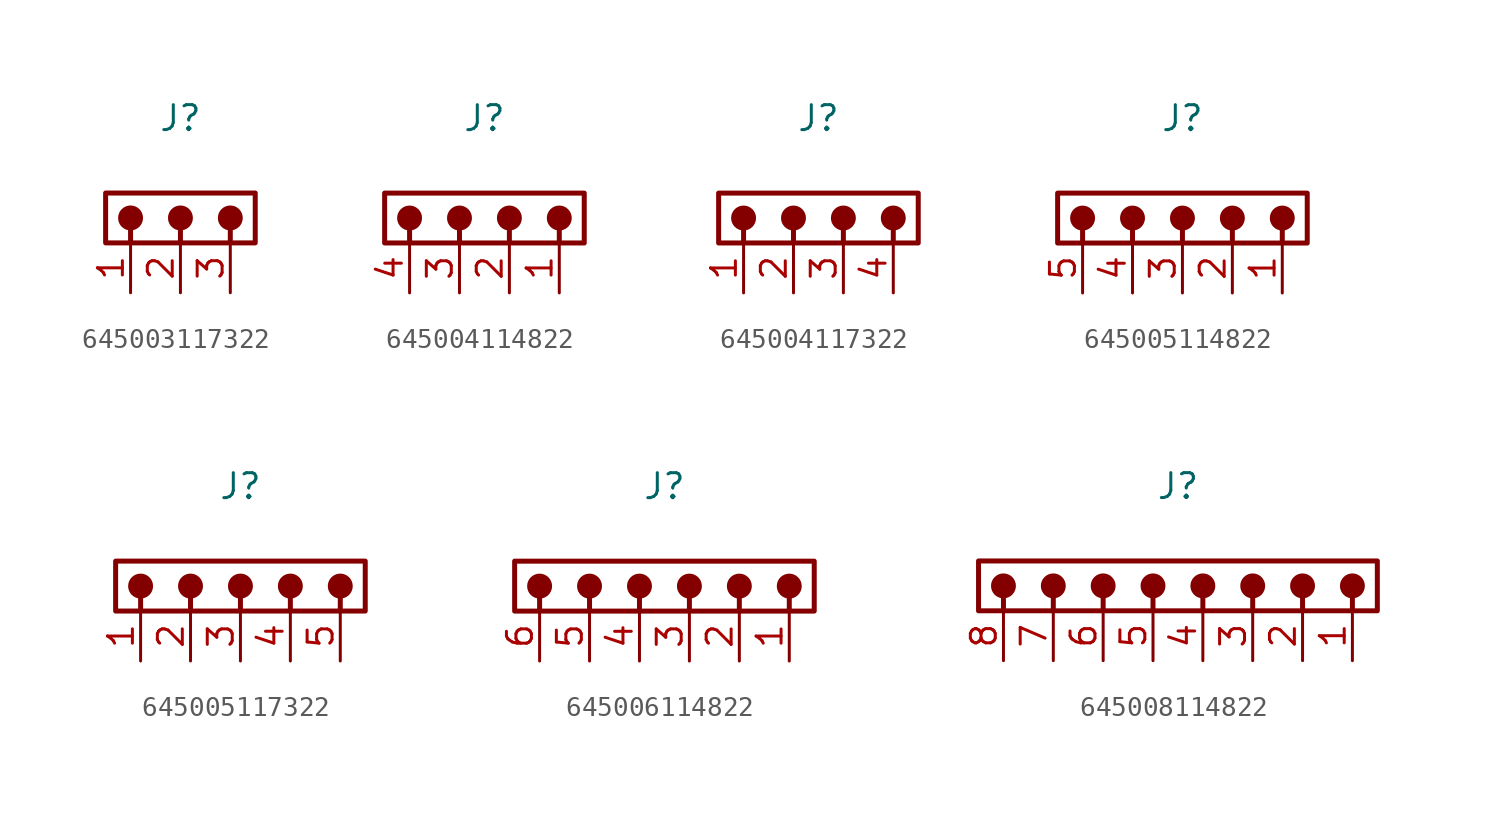
<source format=kicad_sym>
(kicad_symbol_lib
  (version 20241209)
  (generator "kicad_symbol_editor")
  (generator_version "9.0")
  (symbol "645003117322"
    (pin_names
      (hide yes))
    (property "Reference" "J"
      (at 0 5.08 0)
      (effects (font (size 1.27 1.27))))
    (symbol "645003117322_1_1"
      (circle (center -2.54 0) (radius 0.508) (stroke (width 0.254) (type solid)) (fill (type outline)))
      (polyline (pts (xy -2.54 -0.508) (xy -2.54 -1.27)) (stroke (width 0.254) (type solid)) (fill (type none)))
      (circle (center 0 0) (radius 0.508) (stroke (width 0.254) (type solid)) (fill (type outline)))
      (polyline (pts (xy 0 -0.508) (xy 0 -1.27)) (stroke (width 0.254) (type solid)) (fill (type none)))
      (circle (center 2.54 0) (radius 0.508) (stroke (width 0.254) (type solid)) (fill (type outline)))
      (polyline (pts (xy 2.54 -0.508) (xy 2.54 -1.27)) (stroke (width 0.254) (type solid)) (fill (type none)))
      (rectangle (start 3.81 1.27) (end -3.81 -1.27) (stroke (width 0.254) (type solid)) (fill (type none)))
      (pin passive line (at -2.54 -3.81 90) (length 2.54) (name "1" (effects (font (size 1.27 1.27)))) (number "1" (effects (font (size 1.27 1.27)))))
      (pin passive line (at 0 -3.81 90) (length 2.54) (name "2" (effects (font (size 1.27 1.27)))) (number "2" (effects (font (size 1.27 1.27)))))
      (pin passive line (at 2.54 -3.81 90) (length 2.54) (name "3" (effects (font (size 1.27 1.27)))) (number "3" (effects (font (size 1.27 1.27)))))))
  (symbol "645004114822"
    (pin_names
      (hide yes))
    (property "Reference" "J"
      (at 0 5.08 0)
      (effects (font (size 1.27 1.27))))
    (symbol "645004114822_1_1"
      (rectangle (start -5.08 1.27) (end 5.08 -1.27) (stroke (width 0.254) (type solid)) (fill (type none)))
      (circle (center -3.81 0) (radius 0.508) (stroke (width 0.254) (type solid)) (fill (type outline)))
      (polyline (pts (xy -3.81 -0.508) (xy -3.81 -1.27)) (stroke (width 0.254) (type solid)) (fill (type none)))
      (circle (center -1.27 0) (radius 0.508) (stroke (width 0.254) (type solid)) (fill (type outline)))
      (polyline (pts (xy -1.27 -0.508) (xy -1.27 -1.27)) (stroke (width 0.254) (type solid)) (fill (type none)))
      (circle (center 1.27 0) (radius 0.508) (stroke (width 0.254) (type solid)) (fill (type outline)))
      (polyline (pts (xy 1.27 -0.508) (xy 1.27 -1.27)) (stroke (width 0.254) (type solid)) (fill (type none)))
      (circle (center 3.81 0) (radius 0.508) (stroke (width 0.254) (type solid)) (fill (type outline)))
      (polyline (pts (xy 3.81 -0.508) (xy 3.81 -1.27)) (stroke (width 0.254) (type solid)) (fill (type none)))
      (pin passive line (at -3.81 -3.81 90) (length 2.54) (name "4" (effects (font (size 1.27 1.27)))) (number "4" (effects (font (size 1.27 1.27)))))
      (pin passive line (at -1.27 -3.81 90) (length 2.54) (name "3" (effects (font (size 1.27 1.27)))) (number "3" (effects (font (size 1.27 1.27)))))
      (pin passive line (at 1.27 -3.81 90) (length 2.54) (name "2" (effects (font (size 1.27 1.27)))) (number "2" (effects (font (size 1.27 1.27)))))
      (pin passive line (at 3.81 -3.81 90) (length 2.54) (name "1" (effects (font (size 1.27 1.27)))) (number "1" (effects (font (size 1.27 1.27)))))))
  (symbol "645004117322"
    (pin_names
      (hide yes))
    (property "Reference" "J"
      (at 0 5.08 0)
      (effects (font (size 1.27 1.27))))
    (symbol "645004117322_1_1"
      (circle (center -3.81 0) (radius 0.508) (stroke (width 0.254) (type solid)) (fill (type outline)))
      (polyline (pts (xy -3.81 -0.508) (xy -3.81 -1.27)) (stroke (width 0.254) (type solid)) (fill (type none)))
      (circle (center -1.27 0) (radius 0.508) (stroke (width 0.254) (type solid)) (fill (type outline)))
      (polyline (pts (xy -1.27 -0.508) (xy -1.27 -1.27)) (stroke (width 0.254) (type solid)) (fill (type none)))
      (circle (center 1.27 0) (radius 0.508) (stroke (width 0.254) (type solid)) (fill (type outline)))
      (polyline (pts (xy 1.27 -0.508) (xy 1.27 -1.27)) (stroke (width 0.254) (type solid)) (fill (type none)))
      (circle (center 3.81 0) (radius 0.508) (stroke (width 0.254) (type solid)) (fill (type outline)))
      (polyline (pts (xy 3.81 -0.508) (xy 3.81 -1.27)) (stroke (width 0.254) (type solid)) (fill (type none)))
      (rectangle (start 5.08 1.27) (end -5.08 -1.27) (stroke (width 0.254) (type solid)) (fill (type none)))
      (pin passive line (at -3.81 -3.81 90) (length 2.54) (name "1" (effects (font (size 1.27 1.27)))) (number "1" (effects (font (size 1.27 1.27)))))
      (pin passive line (at -1.27 -3.81 90) (length 2.54) (name "2" (effects (font (size 1.27 1.27)))) (number "2" (effects (font (size 1.27 1.27)))))
      (pin passive line (at 1.27 -3.81 90) (length 2.54) (name "3" (effects (font (size 1.27 1.27)))) (number "3" (effects (font (size 1.27 1.27)))))
      (pin passive line (at 3.81 -3.81 90) (length 2.54) (name "4" (effects (font (size 1.27 1.27)))) (number "4" (effects (font (size 1.27 1.27)))))))
  (symbol "645005114822"
    (pin_names
      (hide yes))
    (property "Reference" "J"
      (at 0 5.08 0)
      (effects (font (size 1.27 1.27))))
    (symbol "645005114822_1_1"
      (rectangle (start -6.35 1.27) (end 6.35 -1.27) (stroke (width 0.254) (type solid)) (fill (type none)))
      (circle (center -5.08 0) (radius 0.508) (stroke (width 0.254) (type solid)) (fill (type outline)))
      (polyline (pts (xy -5.08 -0.508) (xy -5.08 -1.27)) (stroke (width 0.254) (type solid)) (fill (type none)))
      (circle (center -2.54 0) (radius 0.508) (stroke (width 0.254) (type solid)) (fill (type outline)))
      (polyline (pts (xy -2.54 -0.508) (xy -2.54 -1.27)) (stroke (width 0.254) (type solid)) (fill (type none)))
      (circle (center 0 0) (radius 0.508) (stroke (width 0.254) (type solid)) (fill (type outline)))
      (polyline (pts (xy 0 -0.508) (xy 0 -1.27)) (stroke (width 0.254) (type solid)) (fill (type none)))
      (circle (center 2.54 0) (radius 0.508) (stroke (width 0.254) (type solid)) (fill (type outline)))
      (polyline (pts (xy 2.54 -0.508) (xy 2.54 -1.27)) (stroke (width 0.254) (type solid)) (fill (type none)))
      (circle (center 5.08 0) (radius 0.508) (stroke (width 0.254) (type solid)) (fill (type outline)))
      (polyline (pts (xy 5.08 -0.508) (xy 5.08 -1.27)) (stroke (width 0.254) (type solid)) (fill (type none)))
      (pin passive line (at -5.08 -3.81 90) (length 2.54) (name "5" (effects (font (size 1.27 1.27)))) (number "5" (effects (font (size 1.27 1.27)))))
      (pin passive line (at -2.54 -3.81 90) (length 2.54) (name "4" (effects (font (size 1.27 1.27)))) (number "4" (effects (font (size 1.27 1.27)))))
      (pin passive line (at 0 -3.81 90) (length 2.54) (name "3" (effects (font (size 1.27 1.27)))) (number "3" (effects (font (size 1.27 1.27)))))
      (pin passive line (at 2.54 -3.81 90) (length 2.54) (name "2" (effects (font (size 1.27 1.27)))) (number "2" (effects (font (size 1.27 1.27)))))
      (pin passive line (at 5.08 -3.81 90) (length 2.54) (name "1" (effects (font (size 1.27 1.27)))) (number "1" (effects (font (size 1.27 1.27)))))))
  (symbol "645005117322"
    (pin_names
      (hide yes))
    (property "Reference" "J"
      (at 0 5.08 0)
      (effects (font (size 1.27 1.27))))
    (symbol "645005117322_1_1"
      (circle (center -5.08 0) (radius 0.508) (stroke (width 0.254) (type solid)) (fill (type outline)))
      (polyline (pts (xy -5.08 -0.508) (xy -5.08 -1.27)) (stroke (width 0.254) (type solid)) (fill (type none)))
      (circle (center -2.54 0) (radius 0.508) (stroke (width 0.254) (type solid)) (fill (type outline)))
      (polyline (pts (xy -2.54 -0.508) (xy -2.54 -1.27)) (stroke (width 0.254) (type solid)) (fill (type none)))
      (circle (center 0 0) (radius 0.508) (stroke (width 0.254) (type solid)) (fill (type outline)))
      (polyline (pts (xy 0 -0.508) (xy 0 -1.27)) (stroke (width 0.254) (type solid)) (fill (type none)))
      (circle (center 2.54 0) (radius 0.508) (stroke (width 0.254) (type solid)) (fill (type outline)))
      (polyline (pts (xy 2.54 -0.508) (xy 2.54 -1.27)) (stroke (width 0.254) (type solid)) (fill (type none)))
      (circle (center 5.08 0) (radius 0.508) (stroke (width 0.254) (type solid)) (fill (type outline)))
      (polyline (pts (xy 5.08 -0.508) (xy 5.08 -1.27)) (stroke (width 0.254) (type solid)) (fill (type none)))
      (rectangle (start 6.35 1.27) (end -6.35 -1.27) (stroke (width 0.254) (type solid)) (fill (type none)))
      (pin passive line (at -5.08 -3.81 90) (length 2.54) (name "1" (effects (font (size 1.27 1.27)))) (number "1" (effects (font (size 1.27 1.27)))))
      (pin passive line (at -2.54 -3.81 90) (length 2.54) (name "2" (effects (font (size 1.27 1.27)))) (number "2" (effects (font (size 1.27 1.27)))))
      (pin passive line (at 0 -3.81 90) (length 2.54) (name "3" (effects (font (size 1.27 1.27)))) (number "3" (effects (font (size 1.27 1.27)))))
      (pin passive line (at 2.54 -3.81 90) (length 2.54) (name "4" (effects (font (size 1.27 1.27)))) (number "4" (effects (font (size 1.27 1.27)))))
      (pin passive line (at 5.08 -3.81 90) (length 2.54) (name "5" (effects (font (size 1.27 1.27)))) (number "5" (effects (font (size 1.27 1.27)))))))
  (symbol "645006114822"
    (pin_names
      (hide yes))
    (property "Reference" "J"
      (at 0 5.08 0)
      (effects (font (size 1.27 1.27))))
    (symbol "645006114822_1_1"
      (rectangle (start -7.62 1.27) (end 7.62 -1.27) (stroke (width 0.254) (type solid)) (fill (type none)))
      (circle (center -6.35 0) (radius 0.508) (stroke (width 0.254) (type solid)) (fill (type outline)))
      (polyline (pts (xy -6.35 -0.508) (xy -6.35 -1.27)) (stroke (width 0.254) (type solid)) (fill (type none)))
      (circle (center -3.81 0) (radius 0.508) (stroke (width 0.254) (type solid)) (fill (type outline)))
      (polyline (pts (xy -3.81 -0.508) (xy -3.81 -1.27)) (stroke (width 0.254) (type solid)) (fill (type none)))
      (circle (center -1.27 0) (radius 0.508) (stroke (width 0.254) (type solid)) (fill (type outline)))
      (polyline (pts (xy -1.27 -0.508) (xy -1.27 -1.27)) (stroke (width 0.254) (type solid)) (fill (type none)))
      (circle (center 1.27 0) (radius 0.508) (stroke (width 0.254) (type solid)) (fill (type outline)))
      (polyline (pts (xy 1.27 -0.508) (xy 1.27 -1.27)) (stroke (width 0.254) (type solid)) (fill (type none)))
      (circle (center 3.81 0) (radius 0.508) (stroke (width 0.254) (type solid)) (fill (type outline)))
      (polyline (pts (xy 3.81 -0.508) (xy 3.81 -1.27)) (stroke (width 0.254) (type solid)) (fill (type none)))
      (circle (center 6.35 0) (radius 0.508) (stroke (width 0.254) (type solid)) (fill (type outline)))
      (polyline (pts (xy 6.35 -0.508) (xy 6.35 -1.27)) (stroke (width 0.254) (type solid)) (fill (type none)))
      (pin passive line (at -6.35 -3.81 90) (length 2.54) (name "6" (effects (font (size 1.27 1.27)))) (number "6" (effects (font (size 1.27 1.27)))))
      (pin passive line (at -3.81 -3.81 90) (length 2.54) (name "5" (effects (font (size 1.27 1.27)))) (number "5" (effects (font (size 1.27 1.27)))))
      (pin passive line (at -1.27 -3.81 90) (length 2.54) (name "4" (effects (font (size 1.27 1.27)))) (number "4" (effects (font (size 1.27 1.27)))))
      (pin passive line (at 1.27 -3.81 90) (length 2.54) (name "3" (effects (font (size 1.27 1.27)))) (number "3" (effects (font (size 1.27 1.27)))))
      (pin passive line (at 3.81 -3.81 90) (length 2.54) (name "2" (effects (font (size 1.27 1.27)))) (number "2" (effects (font (size 1.27 1.27)))))
      (pin passive line (at 6.35 -3.81 90) (length 2.54) (name "1" (effects (font (size 1.27 1.27)))) (number "1" (effects (font (size 1.27 1.27)))))))
  (symbol "645008114822"
    (pin_names
      (hide yes))
    (property "Reference" "J"
      (at 0 5.08 0)
      (effects (font (size 1.27 1.27))))
    (symbol "645008114822_1_1"
      (rectangle (start -10.16 1.27) (end 10.16 -1.27) (stroke (width 0.254) (type solid)) (fill (type none)))
      (circle (center -8.89 0) (radius 0.508) (stroke (width 0.254) (type solid)) (fill (type outline)))
      (polyline (pts (xy -8.89 -0.508) (xy -8.89 -1.27)) (stroke (width 0.254) (type solid)) (fill (type none)))
      (circle (center -6.35 0) (radius 0.508) (stroke (width 0.254) (type solid)) (fill (type outline)))
      (polyline (pts (xy -6.35 -0.508) (xy -6.35 -1.27)) (stroke (width 0.254) (type solid)) (fill (type none)))
      (circle (center -3.81 0) (radius 0.508) (stroke (width 0.254) (type solid)) (fill (type outline)))
      (polyline (pts (xy -3.81 -0.508) (xy -3.81 -1.27)) (stroke (width 0.254) (type solid)) (fill (type none)))
      (circle (center -1.27 0) (radius 0.508) (stroke (width 0.254) (type solid)) (fill (type outline)))
      (polyline (pts (xy -1.27 -0.508) (xy -1.27 -1.27)) (stroke (width 0.254) (type solid)) (fill (type none)))
      (circle (center 1.27 0) (radius 0.508) (stroke (width 0.254) (type solid)) (fill (type outline)))
      (polyline (pts (xy 1.27 -0.508) (xy 1.27 -1.27)) (stroke (width 0.254) (type solid)) (fill (type none)))
      (circle (center 3.81 0) (radius 0.508) (stroke (width 0.254) (type solid)) (fill (type outline)))
      (polyline (pts (xy 3.81 -0.508) (xy 3.81 -1.27)) (stroke (width 0.254) (type solid)) (fill (type none)))
      (circle (center 6.35 0) (radius 0.508) (stroke (width 0.254) (type solid)) (fill (type outline)))
      (polyline (pts (xy 6.35 -0.508) (xy 6.35 -1.27)) (stroke (width 0.254) (type solid)) (fill (type none)))
      (circle (center 8.89 0) (radius 0.508) (stroke (width 0.254) (type solid)) (fill (type outline)))
      (polyline (pts (xy 8.89 -0.508) (xy 8.89 -1.27)) (stroke (width 0.254) (type solid)) (fill (type none)))
      (pin passive line (at -8.89 -3.81 90) (length 2.54) (name "8" (effects (font (size 1.27 1.27)))) (number "8" (effects (font (size 1.27 1.27)))))
      (pin passive line (at -6.35 -3.81 90) (length 2.54) (name "7" (effects (font (size 1.27 1.27)))) (number "7" (effects (font (size 1.27 1.27)))))
      (pin passive line (at -3.81 -3.81 90) (length 2.54) (name "6" (effects (font (size 1.27 1.27)))) (number "6" (effects (font (size 1.27 1.27)))))
      (pin passive line (at -1.27 -3.81 90) (length 2.54) (name "5" (effects (font (size 1.27 1.27)))) (number "5" (effects (font (size 1.27 1.27)))))
      (pin passive line (at 1.27 -3.81 90) (length 2.54) (name "4" (effects (font (size 1.27 1.27)))) (number "4" (effects (font (size 1.27 1.27)))))
      (pin passive line (at 3.81 -3.81 90) (length 2.54) (name "3" (effects (font (size 1.27 1.27)))) (number "3" (effects (font (size 1.27 1.27)))))
      (pin passive line (at 6.35 -3.81 90) (length 2.54) (name "2" (effects (font (size 1.27 1.27)))) (number "2" (effects (font (size 1.27 1.27)))))
      (pin passive line (at 8.89 -3.81 90) (length 2.54) (name "1" (effects (font (size 1.27 1.27)))) (number "1" (effects (font (size 1.27 1.27))))))))
</source>
